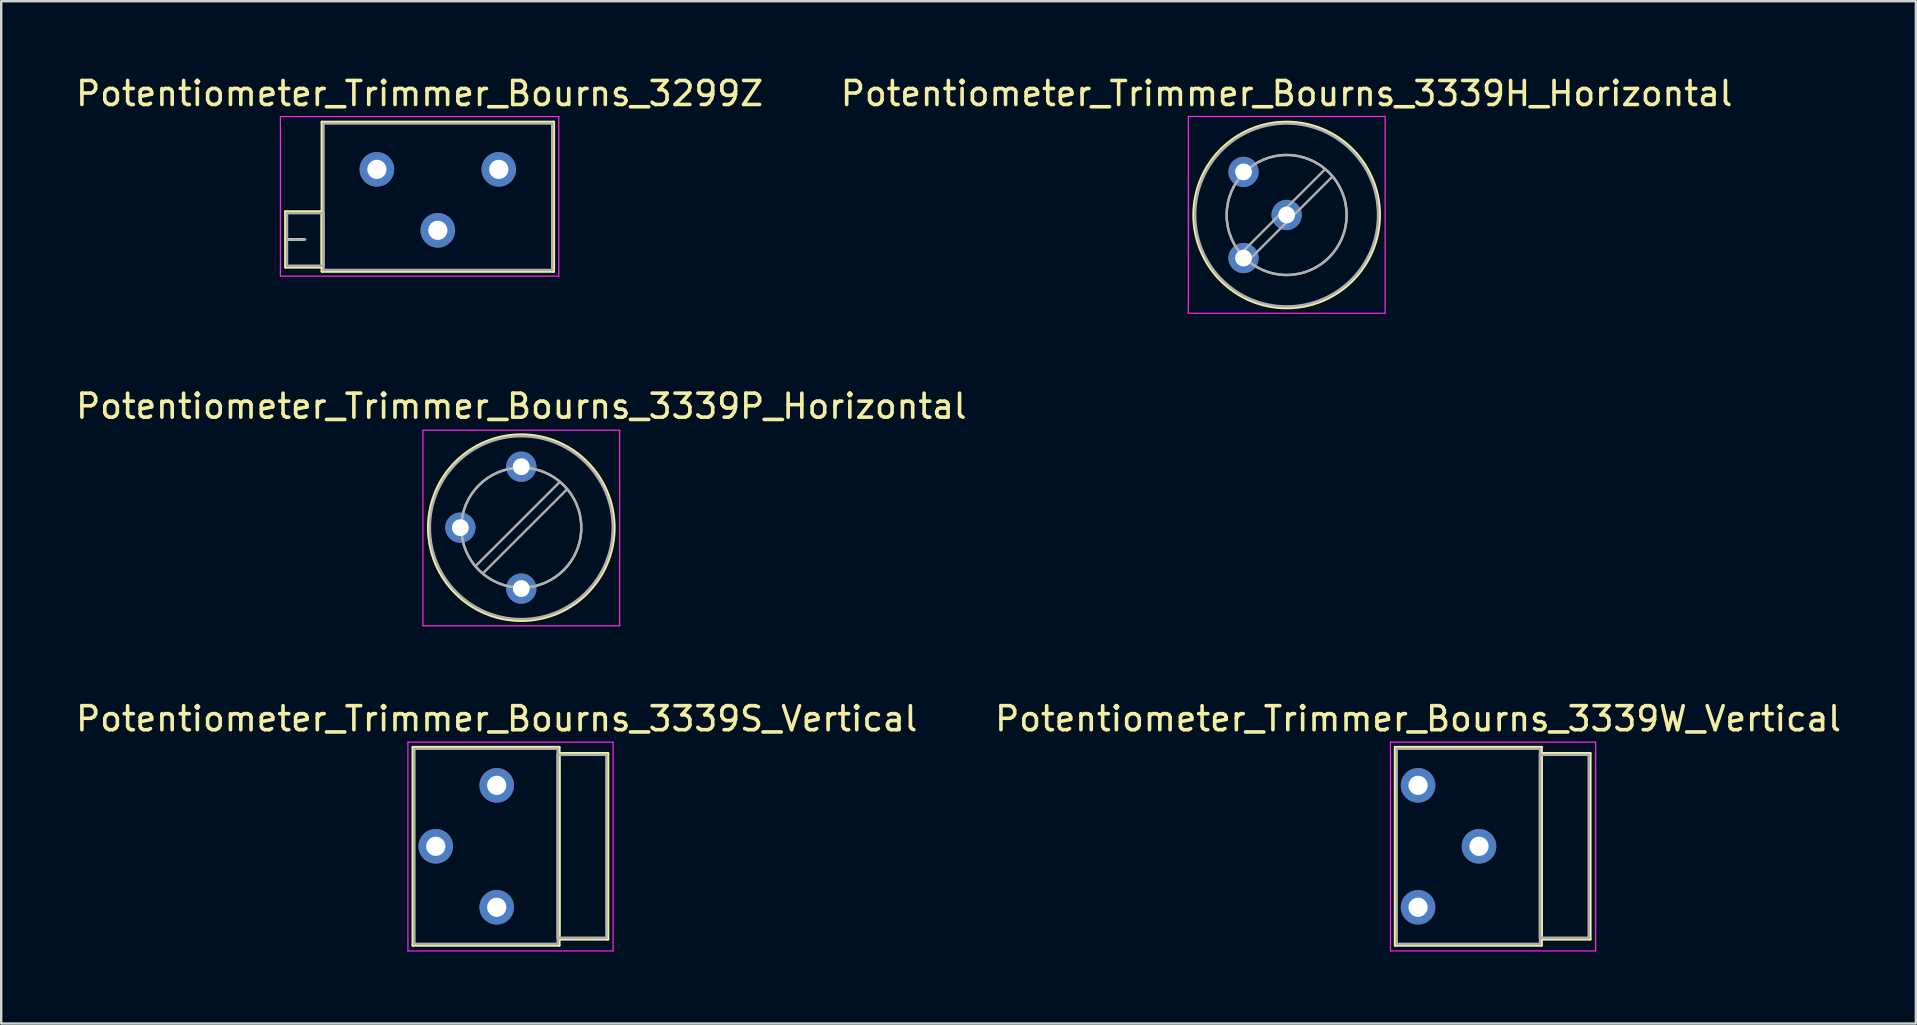
<source format=kicad_pcb>
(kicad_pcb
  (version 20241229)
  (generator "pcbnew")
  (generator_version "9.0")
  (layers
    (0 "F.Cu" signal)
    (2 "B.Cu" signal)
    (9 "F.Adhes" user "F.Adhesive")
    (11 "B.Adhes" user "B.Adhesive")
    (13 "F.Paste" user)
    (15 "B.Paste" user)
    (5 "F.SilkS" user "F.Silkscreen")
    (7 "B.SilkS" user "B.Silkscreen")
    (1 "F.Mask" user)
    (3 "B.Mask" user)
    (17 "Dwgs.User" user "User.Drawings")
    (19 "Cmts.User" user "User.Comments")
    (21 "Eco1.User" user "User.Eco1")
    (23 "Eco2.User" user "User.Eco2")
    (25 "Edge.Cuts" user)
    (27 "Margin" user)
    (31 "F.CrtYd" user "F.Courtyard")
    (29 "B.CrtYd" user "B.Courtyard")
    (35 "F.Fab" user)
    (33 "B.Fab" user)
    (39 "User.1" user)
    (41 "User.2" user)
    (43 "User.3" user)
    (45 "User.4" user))
  (footprint "Potentiometer_Trimmer_Bourns_3339P_Horizontal"
    (layer "F.Cu")
    (at 18.673 21.478)
    (property "Reference" "Potentiometer_Trimmer_Bourns_3339P_Horizontal" (at 0 -7.6 0) (layer "F.SilkS") (effects (font (size 1 1) (thickness 0.15))))
    (attr through_hole)
    (fp_circle (center 0 -2.54) (end 3.87 -2.54) (stroke (width 0.12) (type solid)) (fill no) (layer "F.SilkS"))
    (fp_line (start -4.1 -6.6) (end -4.1 1.55) (stroke (width 0.05) (type solid)) (layer "F.CrtYd"))
    (fp_line (start -4.1 1.55) (end 4.1 1.55) (stroke (width 0.05) (type solid)) (layer "F.CrtYd"))
    (fp_line (start 4.1 -6.6) (end -4.1 -6.6) (stroke (width 0.05) (type solid)) (layer "F.CrtYd"))
    (fp_line (start 4.1 1.55) (end 4.1 -6.6) (stroke (width 0.05) (type solid)) (layer "F.CrtYd"))
    (fp_line (start 1.592 -4.435) (end -1.897 -0.949) (stroke (width 0.1) (type solid)) (layer "F.Fab"))
    (fp_line (start 1.897 -4.13) (end -1.592 -0.644) (stroke (width 0.1) (type solid)) (layer "F.Fab"))
    (fp_circle (center 0 -2.54) (end 2.5 -2.54) (stroke (width 0.1) (type solid)) (fill no) (layer "F.Fab"))
    (fp_circle (center 0 -2.54) (end 2.5 -2.54) (stroke (width 0.1) (type solid)) (fill no) (layer "F.Fab"))
    (fp_circle (center 0 -2.54) (end 3.81 -2.54) (stroke (width 0.1) (type solid)) (fill no) (layer "F.Fab"))
    (pad "1" thru_hole circle (at 0 0) (size 1.26 1.26) (drill 0.7) (layers "*.Cu" "*.Mask"))
    (pad "2" thru_hole circle (at -2.54 -2.54) (size 1.26 1.26) (drill 0.7) (layers "*.Cu" "*.Mask"))
    (pad "3" thru_hole circle (at 0 -5.08) (size 1.26 1.26) (drill 0.7) (layers "*.Cu" "*.Mask")))
  (footprint "Potentiometer_Trimmer_Bourns_3339W_Vertical"
    (layer "F.Cu")
    (at 56.042 29.676)
    (property "Reference" "Potentiometer_Trimmer_Bourns_3339W_Vertical" (at 0 -2.775 0) (layer "F.SilkS") (effects (font (size 1 1) (thickness 0.15))))
    (attr through_hole)
    (fp_line (start -0.95 -1.586) (end -0.95 6.665) (stroke (width 0.12) (type solid)) (layer "F.SilkS"))
    (fp_line (start -0.95 -1.586) (end 5.141 -1.586) (stroke (width 0.12) (type solid)) (layer "F.SilkS"))
    (fp_line (start -0.95 6.665) (end 5.141 6.665) (stroke (width 0.12) (type solid)) (layer "F.SilkS"))
    (fp_line (start 5.141 -1.586) (end 5.141 6.665) (stroke (width 0.12) (type solid)) (layer "F.SilkS"))
    (fp_line (start 5.141 -1.33) (end 5.141 6.41) (stroke (width 0.12) (type solid)) (layer "F.SilkS"))
    (fp_line (start 5.141 -1.33) (end 7.171 -1.33) (stroke (width 0.12) (type solid)) (layer "F.SilkS"))
    (fp_line (start 5.141 6.41) (end 7.171 6.41) (stroke (width 0.12) (type solid)) (layer "F.SilkS"))
    (fp_line (start 7.171 -1.33) (end 7.171 6.41) (stroke (width 0.12) (type solid)) (layer "F.SilkS"))
    (fp_line (start -1.15 -1.8) (end -1.15 6.9) (stroke (width 0.05) (type solid)) (layer "F.CrtYd"))
    (fp_line (start -1.15 6.9) (end 7.4 6.9) (stroke (width 0.05) (type solid)) (layer "F.CrtYd"))
    (fp_line (start 7.4 -1.8) (end -1.15 -1.8) (stroke (width 0.05) (type solid)) (layer "F.CrtYd"))
    (fp_line (start 7.4 6.9) (end 7.4 -1.8) (stroke (width 0.05) (type solid)) (layer "F.CrtYd"))
    (fp_line (start -0.89 -1.525) (end -0.89 6.605) (stroke (width 0.1) (type solid)) (layer "F.Fab"))
    (fp_line (start -0.89 6.605) (end 5.08 6.605) (stroke (width 0.1) (type solid)) (layer "F.Fab"))
    (fp_line (start 5.08 -1.525) (end -0.89 -1.525) (stroke (width 0.1) (type solid)) (layer "F.Fab"))
    (fp_line (start 5.08 -1.27) (end 5.08 6.35) (stroke (width 0.1) (type solid)) (layer "F.Fab"))
    (fp_line (start 5.08 6.35) (end 7.11 6.35) (stroke (width 0.1) (type solid)) (layer "F.Fab"))
    (fp_line (start 5.08 6.605) (end 5.08 -1.525) (stroke (width 0.1) (type solid)) (layer "F.Fab"))
    (fp_line (start 7.11 -1.27) (end 5.08 -1.27) (stroke (width 0.1) (type solid)) (layer "F.Fab"))
    (fp_line (start 7.11 6.35) (end 7.11 -1.27) (stroke (width 0.1) (type solid)) (layer "F.Fab"))
    (pad "1" thru_hole circle (at 0 0) (size 1.44 1.44) (drill 0.8) (layers "*.Cu" "*.Mask"))
    (pad "2" thru_hole circle (at 2.54 2.54) (size 1.44 1.44) (drill 0.8) (layers "*.Cu" "*.Mask"))
    (pad "3" thru_hole circle (at 0 5.08) (size 1.44 1.44) (drill 0.8) (layers "*.Cu" "*.Mask")))
  (footprint "Potentiometer_Trimmer_Bourns_3339S_Vertical"
    (layer "F.Cu")
    (at 17.649 29.676)
    (property "Reference" "Potentiometer_Trimmer_Bourns_3339S_Vertical" (at 0 -2.775 0) (layer "F.SilkS") (effects (font (size 1 1) (thickness 0.15))))
    (attr through_hole)
    (fp_line (start -3.49 -1.586) (end -3.49 6.665) (stroke (width 0.12) (type solid)) (layer "F.SilkS"))
    (fp_line (start -3.49 -1.586) (end 2.6 -1.586) (stroke (width 0.12) (type solid)) (layer "F.SilkS"))
    (fp_line (start -3.49 6.665) (end 2.6 6.665) (stroke (width 0.12) (type solid)) (layer "F.SilkS"))
    (fp_line (start 2.6 -1.586) (end 2.6 6.665) (stroke (width 0.12) (type solid)) (layer "F.SilkS"))
    (fp_line (start 2.6 -1.33) (end 2.6 6.41) (stroke (width 0.12) (type solid)) (layer "F.SilkS"))
    (fp_line (start 2.6 -1.33) (end 4.631 -1.33) (stroke (width 0.12) (type solid)) (layer "F.SilkS"))
    (fp_line (start 2.6 6.41) (end 4.631 6.41) (stroke (width 0.12) (type solid)) (layer "F.SilkS"))
    (fp_line (start 4.631 -1.33) (end 4.631 6.41) (stroke (width 0.12) (type solid)) (layer "F.SilkS"))
    (fp_line (start -3.7 -1.8) (end -3.7 6.9) (stroke (width 0.05) (type solid)) (layer "F.CrtYd"))
    (fp_line (start -3.7 6.9) (end 4.85 6.9) (stroke (width 0.05) (type solid)) (layer "F.CrtYd"))
    (fp_line (start 4.85 -1.8) (end -3.7 -1.8) (stroke (width 0.05) (type solid)) (layer "F.CrtYd"))
    (fp_line (start 4.85 6.9) (end 4.85 -1.8) (stroke (width 0.05) (type solid)) (layer "F.CrtYd"))
    (fp_line (start -3.43 -1.525) (end -3.43 6.605) (stroke (width 0.1) (type solid)) (layer "F.Fab"))
    (fp_line (start -3.43 6.605) (end 2.54 6.605) (stroke (width 0.1) (type solid)) (layer "F.Fab"))
    (fp_line (start 2.54 -1.525) (end -3.43 -1.525) (stroke (width 0.1) (type solid)) (layer "F.Fab"))
    (fp_line (start 2.54 -1.27) (end 2.54 6.35) (stroke (width 0.1) (type solid)) (layer "F.Fab"))
    (fp_line (start 2.54 6.35) (end 4.57 6.35) (stroke (width 0.1) (type solid)) (layer "F.Fab"))
    (fp_line (start 2.54 6.605) (end 2.54 -1.525) (stroke (width 0.1) (type solid)) (layer "F.Fab"))
    (fp_line (start 4.57 -1.27) (end 2.54 -1.27) (stroke (width 0.1) (type solid)) (layer "F.Fab"))
    (fp_line (start 4.57 6.35) (end 4.57 -1.27) (stroke (width 0.1) (type solid)) (layer "F.Fab"))
    (pad "1" thru_hole circle (at 0 0) (size 1.44 1.44) (drill 0.8) (layers "*.Cu" "*.Mask"))
    (pad "2" thru_hole circle (at -2.54 2.54) (size 1.44 1.44) (drill 0.8) (layers "*.Cu" "*.Mask"))
    (pad "3" thru_hole circle (at 0 5.08) (size 1.44 1.44) (drill 0.8) (layers "*.Cu" "*.Mask")))
  (footprint "Potentiometer_Trimmer_Bourns_3299Z"
    (layer "F.Cu")
    (at 17.735 4.008)
    (property "Reference" "Potentiometer_Trimmer_Bourns_3299Z" (at -3.3 -3.16 0) (layer "F.SilkS") (effects (font (size 1 1) (thickness 0.15))))
    (attr through_hole)
    (fp_line (start -8.885 1.765) (end -8.885 4.075) (stroke (width 0.12) (type solid)) (layer "F.SilkS"))
    (fp_line (start -8.885 1.765) (end -7.366 1.765) (stroke (width 0.12) (type solid)) (layer "F.SilkS"))
    (fp_line (start -8.885 2.92) (end -8.125 2.92) (stroke (width 0.12) (type solid)) (layer "F.SilkS"))
    (fp_line (start -8.885 4.075) (end -7.366 4.075) (stroke (width 0.12) (type solid)) (layer "F.SilkS"))
    (fp_line (start -7.366 1.765) (end -7.366 4.075) (stroke (width 0.12) (type solid)) (layer "F.SilkS"))
    (fp_line (start -7.365 -1.97) (end -7.365 4.25) (stroke (width 0.12) (type solid)) (layer "F.SilkS"))
    (fp_line (start -7.365 -1.97) (end 2.285 -1.97) (stroke (width 0.12) (type solid)) (layer "F.SilkS"))
    (fp_line (start -7.365 4.25) (end 2.285 4.25) (stroke (width 0.12) (type solid)) (layer "F.SilkS"))
    (fp_line (start 2.285 -1.97) (end 2.285 4.25) (stroke (width 0.12) (type solid)) (layer "F.SilkS"))
    (fp_line (start -9.1 -2.2) (end -9.1 4.45) (stroke (width 0.05) (type solid)) (layer "F.CrtYd"))
    (fp_line (start -9.1 4.45) (end 2.5 4.45) (stroke (width 0.05) (type solid)) (layer "F.CrtYd"))
    (fp_line (start 2.5 -2.2) (end -9.1 -2.2) (stroke (width 0.05) (type solid)) (layer "F.CrtYd"))
    (fp_line (start 2.5 4.45) (end 2.5 -2.2) (stroke (width 0.05) (type solid)) (layer "F.CrtYd"))
    (fp_line (start -8.825 1.825) (end -8.825 4.015) (stroke (width 0.1) (type solid)) (layer "F.Fab"))
    (fp_line (start -8.825 2.92) (end -8.065 2.92) (stroke (width 0.1) (type solid)) (layer "F.Fab"))
    (fp_line (start -8.825 4.015) (end -7.305 4.015) (stroke (width 0.1) (type solid)) (layer "F.Fab"))
    (fp_line (start -7.305 -1.91) (end -7.305 4.19) (stroke (width 0.1) (type solid)) (layer "F.Fab"))
    (fp_line (start -7.305 1.825) (end -8.825 1.825) (stroke (width 0.1) (type solid)) (layer "F.Fab"))
    (fp_line (start -7.305 4.015) (end -7.305 1.825) (stroke (width 0.1) (type solid)) (layer "F.Fab"))
    (fp_line (start -7.305 4.19) (end 2.225 4.19) (stroke (width 0.1) (type solid)) (layer "F.Fab"))
    (fp_line (start 2.225 -1.91) (end -7.305 -1.91) (stroke (width 0.1) (type solid)) (layer "F.Fab"))
    (fp_line (start 2.225 4.19) (end 2.225 -1.91) (stroke (width 0.1) (type solid)) (layer "F.Fab"))
    (pad "1" thru_hole circle (at 0 0) (size 1.44 1.44) (drill 0.8) (layers "*.Cu" "*.Mask"))
    (pad "2" thru_hole circle (at -2.54 2.54) (size 1.44 1.44) (drill 0.8) (layers "*.Cu" "*.Mask"))
    (pad "3" thru_hole circle (at -5.08 0) (size 1.44 1.44) (drill 0.8) (layers "*.Cu" "*.Mask")))
  (footprint "Potentiometer_Trimmer_Bourns_3339H_Horizontal"
    (layer "F.Cu")
    (at 48.769 7.704)
    (property "Reference" "Potentiometer_Trimmer_Bourns_3339H_Horizontal" (at 1.796 -6.856 0) (layer "F.SilkS") (effects (font (size 1 1) (thickness 0.15))))
    (attr through_hole)
    (fp_circle (center 1.797 -1.795) (end 5.667 -1.795) (stroke (width 0.12) (type solid)) (fill no) (layer "F.SilkS"))
    (fp_line (start -2.3 -5.9) (end -2.3 2.3) (stroke (width 0.05) (type solid)) (layer "F.CrtYd"))
    (fp_line (start -2.3 2.3) (end 5.9 2.3) (stroke (width 0.05) (type solid)) (layer "F.CrtYd"))
    (fp_line (start 5.9 -5.9) (end -2.3 -5.9) (stroke (width 0.05) (type solid)) (layer "F.CrtYd"))
    (fp_line (start 5.9 2.3) (end 5.9 -5.9) (stroke (width 0.05) (type solid)) (layer "F.CrtYd"))
    (fp_line (start 3.388 -3.692) (end -0.101 -0.205) (stroke (width 0.1) (type solid)) (layer "F.Fab"))
    (fp_line (start 3.693 -3.386) (end 0.205 0.1) (stroke (width 0.1) (type solid)) (layer "F.Fab"))
    (fp_circle (center 1.796 -1.796) (end 4.296 -1.796) (stroke (width 0.1) (type solid)) (fill no) (layer "F.Fab"))
    (fp_circle (center 1.796 -1.796) (end 5.606 -1.796) (stroke (width 0.1) (type solid)) (fill no) (layer "F.Fab"))
    (fp_circle (center 1.797 -1.795) (end 4.297 -1.795) (stroke (width 0.1) (type solid)) (fill no) (layer "F.Fab"))
    (pad "1" thru_hole circle (at 0 0) (size 1.26 1.26) (drill 0.7) (layers "*.Cu" "*.Mask"))
    (pad "2" thru_hole circle (at 1.796 -1.796) (size 1.26 1.26) (drill 0.7) (layers "*.Cu" "*.Mask"))
    (pad "3" thru_hole circle (at 0 -3.592) (size 1.26 1.26) (drill 0.7) (layers "*.Cu" "*.Mask")))
  (gr_rect
    (start -3 -3)
    (end 76.786 39.601)
    (stroke (width 0.1) (type default))
    (fill no)
    (layer "Edge.Cuts")))
</source>
